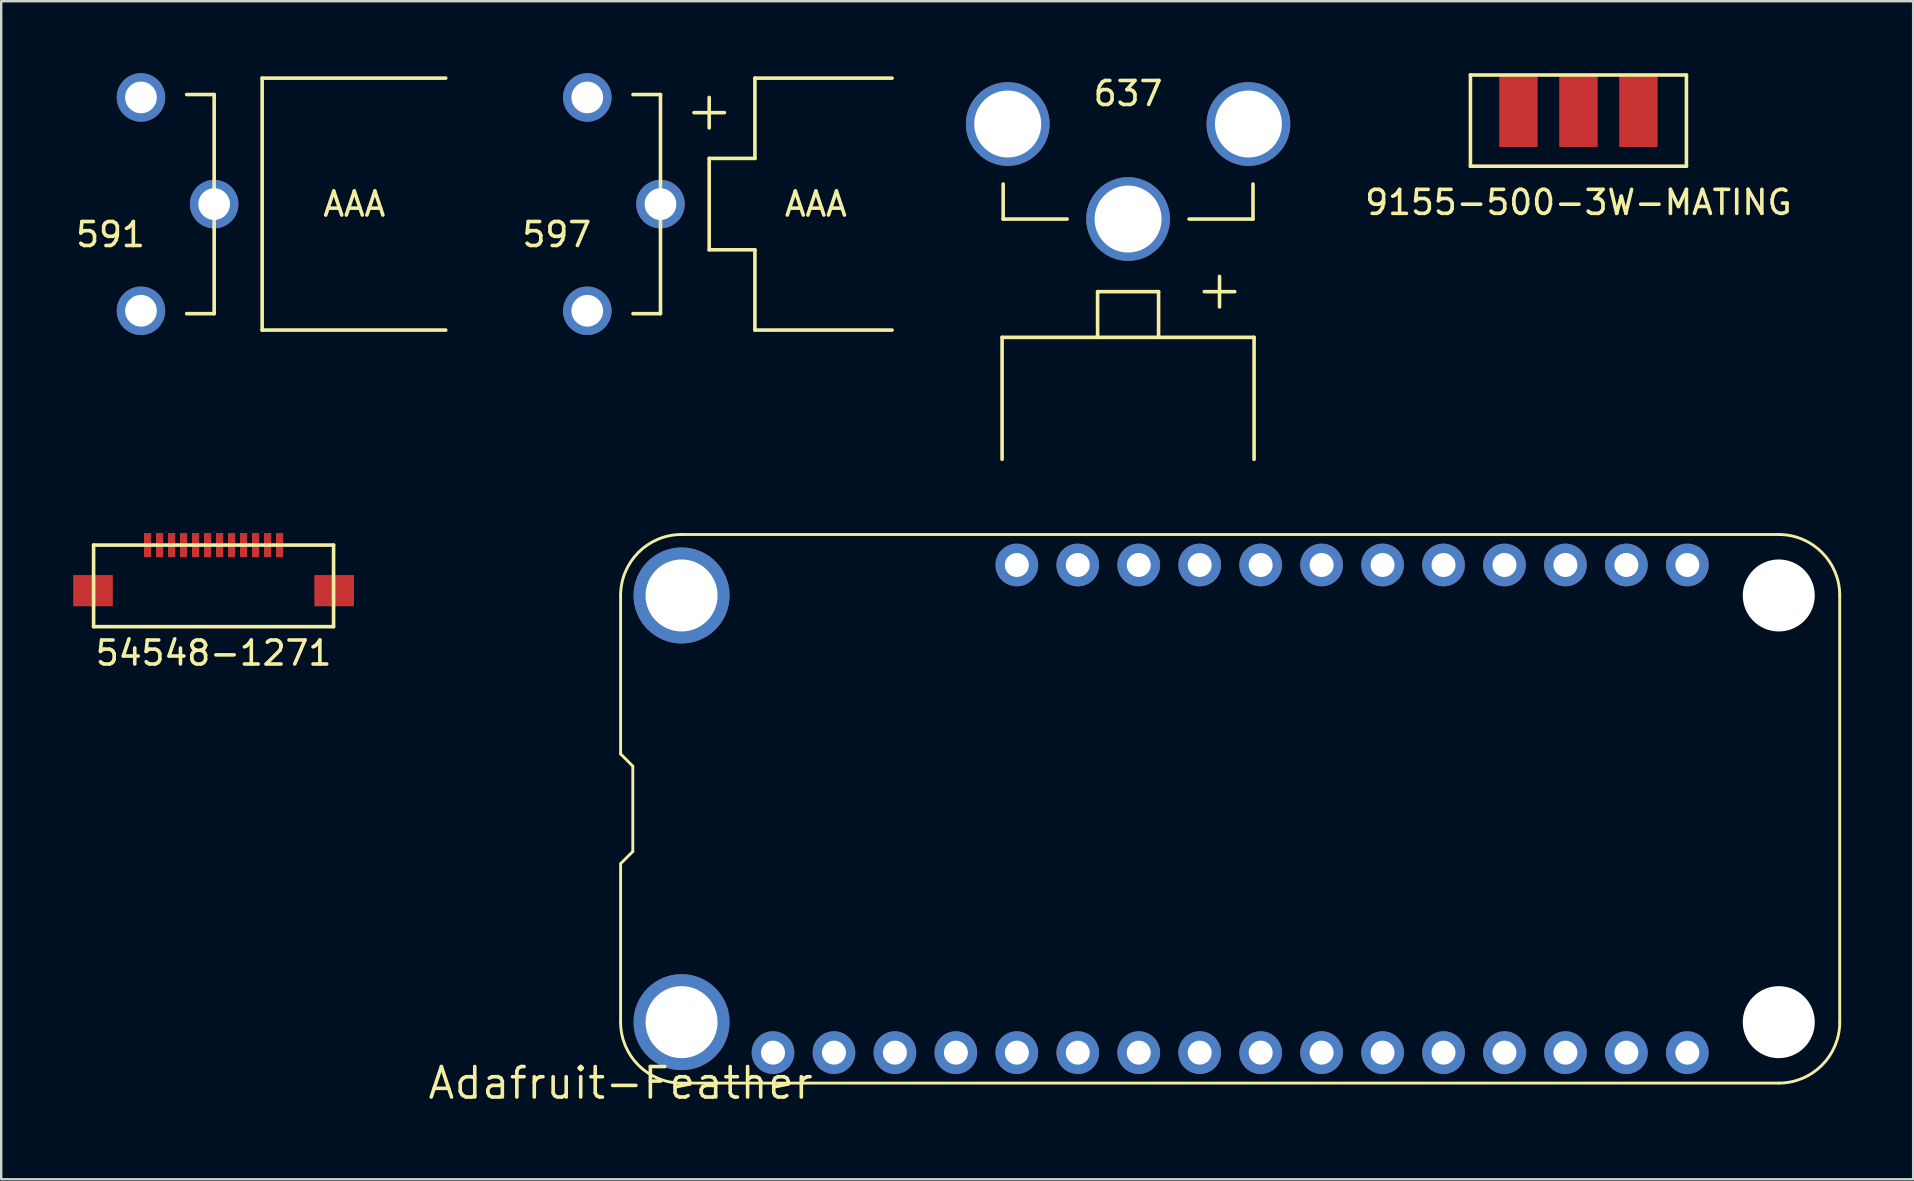
<source format=kicad_pcb>
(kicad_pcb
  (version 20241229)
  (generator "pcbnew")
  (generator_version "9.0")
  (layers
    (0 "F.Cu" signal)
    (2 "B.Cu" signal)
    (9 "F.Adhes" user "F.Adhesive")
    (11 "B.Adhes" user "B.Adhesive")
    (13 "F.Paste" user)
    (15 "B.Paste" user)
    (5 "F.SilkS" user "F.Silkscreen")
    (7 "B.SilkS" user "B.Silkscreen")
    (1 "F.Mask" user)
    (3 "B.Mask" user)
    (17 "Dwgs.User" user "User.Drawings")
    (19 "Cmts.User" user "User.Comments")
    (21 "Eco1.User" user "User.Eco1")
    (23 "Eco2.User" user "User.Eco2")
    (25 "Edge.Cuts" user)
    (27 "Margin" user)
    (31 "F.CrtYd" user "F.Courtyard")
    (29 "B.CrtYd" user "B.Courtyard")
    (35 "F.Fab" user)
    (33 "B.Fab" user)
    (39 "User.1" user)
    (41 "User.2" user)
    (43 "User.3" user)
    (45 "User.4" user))
  (footprint "54548-1271"
    (layer "F.Cu")
    (at 5.85 19.663)
    (property "Reference" "54548-1271" (at 0 4.5 0) (layer "F.SilkS") (effects (font (size 1 1) (thickness 0.15))))
    (attr through_hole)
    (fp_line (start -5 0) (end 5 0) (stroke (width 0.15) (type solid)) (layer "F.SilkS"))
    (fp_line (start -5 3.4) (end -5 0) (stroke (width 0.15) (type solid)) (layer "F.SilkS"))
    (fp_line (start 5 0) (end 5 3.4) (stroke (width 0.15) (type solid)) (layer "F.SilkS"))
    (fp_line (start 5 3.4) (end -5 3.4) (stroke (width 0.15) (type solid)) (layer "F.SilkS"))
    (pad "" smd rect (at -5.025 1.9) (size 1.65 1.3) (layers "F.Cu" "F.Mask" "F.Paste"))
    (pad "" smd rect (at 5.025 1.9) (size 1.65 1.3) (layers "F.Cu" "F.Mask" "F.Paste"))
    (pad "1" smd rect (at -2.75 0) (size 0.3 1) (layers "F.Cu" "F.Mask" "F.Paste"))
    (pad "2" smd rect (at -2.25 0) (size 0.3 1) (layers "F.Cu" "F.Mask" "F.Paste"))
    (pad "3" smd rect (at -1.75 0) (size 0.3 1) (layers "F.Cu" "F.Mask" "F.Paste"))
    (pad "4" smd rect (at -1.25 0) (size 0.3 1) (layers "F.Cu" "F.Mask" "F.Paste"))
    (pad "5" smd rect (at -0.75 0) (size 0.3 1) (layers "F.Cu" "F.Mask" "F.Paste"))
    (pad "6" smd rect (at -0.25 0) (size 0.3 1) (layers "F.Cu" "F.Mask" "F.Paste"))
    (pad "7" smd rect (at 0.25 0) (size 0.3 1) (layers "F.Cu" "F.Mask" "F.Paste"))
    (pad "8" smd rect (at 0.75 0) (size 0.3 1) (layers "F.Cu" "F.Mask" "F.Paste"))
    (pad "9" smd rect (at 1.25 0) (size 0.3 1) (layers "F.Cu" "F.Mask" "F.Paste"))
    (pad "10" smd rect (at 1.75 0) (size 0.3 1) (layers "F.Cu" "F.Mask" "F.Paste"))
    (pad "11" smd rect (at 2.25 0) (size 0.3 1) (layers "F.Cu" "F.Mask" "F.Paste"))
    (pad "12" smd rect (at 2.75 0) (size 0.3 1) (layers "F.Cu" "F.Mask" "F.Paste")))
  (footprint "637"
    (layer "F.Cu")
    (at 43.957 2.118)
    (property "Reference" "637" (at 0 -1.27 0) (layer "F.SilkS") (effects (font (size 1 1) (thickness 0.15))))
    (attr through_hole)
    (fp_line (start -5.25 8.89) (end -5.25 13.97) (stroke (width 0.15) (type solid)) (layer "F.SilkS"))
    (fp_line (start -5.25 8.89) (end 5.25 8.89) (stroke (width 0.15) (type solid)) (layer "F.SilkS"))
    (fp_line (start -5.205 3.96) (end -5.205 2.5) (stroke (width 0.15) (type solid)) (layer "F.SilkS"))
    (fp_line (start -5.205 3.96) (end -2.54 3.96) (stroke (width 0.15) (type solid)) (layer "F.SilkS"))
    (fp_line (start -1.27 6.985) (end -1.27 8.89) (stroke (width 0.15) (type solid)) (layer "F.SilkS"))
    (fp_line (start -1.27 6.985) (end 1.27 6.985) (stroke (width 0.15) (type solid)) (layer "F.SilkS"))
    (fp_line (start 1.27 6.985) (end 1.27 8.89) (stroke (width 0.15) (type solid)) (layer "F.SilkS"))
    (fp_line (start 3.175 6.985) (end 4.445 6.985) (stroke (width 0.15) (type solid)) (layer "F.SilkS"))
    (fp_line (start 3.81 7.62) (end 3.81 6.35) (stroke (width 0.15) (type solid)) (layer "F.SilkS"))
    (fp_line (start 5.205 3.96) (end 2.54 3.96) (stroke (width 0.15) (type solid)) (layer "F.SilkS"))
    (fp_line (start 5.205 3.96) (end 5.205 2.5) (stroke (width 0.15) (type solid)) (layer "F.SilkS"))
    (fp_line (start 5.25 8.89) (end 5.25 13.97) (stroke (width 0.15) (type solid)) (layer "F.SilkS"))
    (pad "1" thru_hole circle (at -5.015 0) (size 3.49 3.49) (drill 2.79) (layers "*.Cu" "*.Mask"))
    (pad "1" thru_hole circle (at 0 3.96) (size 3.49 3.49) (drill 2.79) (layers "*.Cu" "*.Mask"))
    (pad "1" thru_hole circle (at 5.015 0) (size 3.49 3.49) (drill 2.79) (layers "*.Cu" "*.Mask")))
  (footprint "597"
    (layer "F.Cu")
    (at 21.422 5.455)
    (property "Reference" "597" (at -1.27 1.27 0) (layer "F.SilkS") (effects (font (size 1 1) (thickness 0.15))))
    (attr through_hole)
    (fp_line (start 3.05 -4.565) (end 1.905 -4.565) (stroke (width 0.15) (type solid)) (layer "F.SilkS"))
    (fp_line (start 3.05 -4.565) (end 3.05 4.565) (stroke (width 0.15) (type solid)) (layer "F.SilkS"))
    (fp_line (start 3.05 4.565) (end 1.905 4.565) (stroke (width 0.15) (type solid)) (layer "F.SilkS"))
    (fp_line (start 4.445 -3.81) (end 5.715 -3.81) (stroke (width 0.15) (type solid)) (layer "F.SilkS"))
    (fp_line (start 5.08 -4.445) (end 5.08 -3.175) (stroke (width 0.15) (type solid)) (layer "F.SilkS"))
    (fp_line (start 5.08 -1.905) (end 5.08 1.905) (stroke (width 0.15) (type solid)) (layer "F.SilkS"))
    (fp_line (start 5.08 -1.905) (end 6.985 -1.905) (stroke (width 0.15) (type solid)) (layer "F.SilkS"))
    (fp_line (start 5.08 1.905) (end 6.985 1.905) (stroke (width 0.15) (type solid)) (layer "F.SilkS"))
    (fp_line (start 6.985 -5.25) (end 12.7 -5.25) (stroke (width 0.15) (type solid)) (layer "F.SilkS"))
    (fp_line (start 6.985 -1.905) (end 6.985 -5.25) (stroke (width 0.15) (type solid)) (layer "F.SilkS"))
    (fp_line (start 6.985 1.905) (end 6.985 5.25) (stroke (width 0.15) (type solid)) (layer "F.SilkS"))
    (fp_line (start 6.985 5.25) (end 12.7 5.25) (stroke (width 0.15) (type solid)) (layer "F.SilkS"))
    (fp_text user "AAA" (at 9.525 0 0) (layer "F.SilkS") (effects (font (size 1 1) (thickness 0.15))))
    (pad "1" thru_hole circle (at 0 -4.445) (size 2.02 2.02) (drill 1.32) (layers "*.Cu" "*.Mask"))
    (pad "1" thru_hole circle (at 0 4.445) (size 2.02 2.02) (drill 1.32) (layers "*.Cu" "*.Mask"))
    (pad "1" thru_hole circle (at 3.05 0) (size 2.02 2.02) (drill 1.32) (layers "*.Cu" "*.Mask")))
  (footprint "Adafruit-Feather"
    (layer "F.Cu")
    (at 22.811 42.083)
    (property "Reference" "Adafruit-Feather" (at 0 0 0) (layer "F.SilkS") (effects (font (size 1.27 1.27) (thickness 0.15))))
    (attr through_hole)
    (fp_line (start 0 -20.32) (end 0 -13.716) (stroke (width 0.12) (type solid)) (layer "F.SilkS"))
    (fp_line (start 0 -13.716) (end 0.508 -13.208) (stroke (width 0.12) (type solid)) (layer "F.SilkS"))
    (fp_line (start 0 -9.144) (end 0 -2.54) (stroke (width 0.12) (type solid)) (layer "F.SilkS"))
    (fp_line (start 0.508 -13.208) (end 0.508 -9.652) (stroke (width 0.12) (type solid)) (layer "F.SilkS"))
    (fp_line (start 0.508 -9.652) (end 0 -9.144) (stroke (width 0.12) (type solid)) (layer "F.SilkS"))
    (fp_line (start 2.54 0) (end 48.26 0) (stroke (width 0.12) (type solid)) (layer "F.SilkS"))
    (fp_line (start 48.26 -22.86) (end 2.54 -22.86) (stroke (width 0.12) (type solid)) (layer "F.SilkS"))
    (fp_line (start 50.8 -2.54) (end 50.8 -20.32) (stroke (width 0.12) (type solid)) (layer "F.SilkS"))
    (fp_arc (start 0 -20.32) (mid 0.743949 -22.116051) (end 2.54 -22.86) (stroke (width 0.12) (type solid)) (layer "F.SilkS"))
    (fp_arc (start 2.54 0) (mid 0.743949 -0.743949) (end 0 -2.54) (stroke (width 0.12) (type solid)) (layer "F.SilkS"))
    (fp_arc (start 48.26 -22.86) (mid 50.056051 -22.116051) (end 50.8 -20.32) (stroke (width 0.12) (type solid)) (layer "F.SilkS"))
    (fp_arc (start 50.8 -2.54) (mid 50.056051 -0.743949) (end 48.26 0) (stroke (width 0.12) (type solid)) (layer "F.SilkS"))
    (pad "" np_thru_hole circle (at 48.26 -20.32) (size 3 3) (drill 3) (layers "*.Cu" "*.Mask"))
    (pad "" np_thru_hole circle (at 48.26 -2.54) (size 3 3) (drill 3) (layers "*.Cu" "*.Mask"))
    (pad "1" thru_hole circle (at 6.35 -1.27) (size 1.778 1.778) (drill 1) (layers "*.Cu" "*.Mask"))
    (pad "2" thru_hole circle (at 8.89 -1.27) (size 1.778 1.778) (drill 1) (layers "*.Cu" "*.Mask"))
    (pad "3" thru_hole circle (at 11.43 -1.27) (size 1.778 1.778) (drill 1) (layers "*.Cu" "*.Mask"))
    (pad "4" thru_hole circle (at 13.97 -1.27) (size 1.778 1.778) (drill 1) (layers "*.Cu" "*.Mask"))
    (pad "5" thru_hole circle (at 16.51 -1.27) (size 1.778 1.778) (drill 1) (layers "*.Cu" "*.Mask"))
    (pad "6" thru_hole circle (at 19.05 -1.27) (size 1.778 1.778) (drill 1) (layers "*.Cu" "*.Mask"))
    (pad "7" thru_hole circle (at 21.59 -1.27) (size 1.778 1.778) (drill 1) (layers "*.Cu" "*.Mask"))
    (pad "8" thru_hole circle (at 24.13 -1.27) (size 1.778 1.778) (drill 1) (layers "*.Cu" "*.Mask"))
    (pad "9" thru_hole circle (at 26.67 -1.27) (size 1.778 1.778) (drill 1) (layers "*.Cu" "*.Mask"))
    (pad "10" thru_hole circle (at 29.21 -1.27) (size 1.778 1.778) (drill 1) (layers "*.Cu" "*.Mask"))
    (pad "11" thru_hole circle (at 31.75 -1.27) (size 1.778 1.778) (drill 1) (layers "*.Cu" "*.Mask"))
    (pad "12" thru_hole circle (at 34.29 -1.27) (size 1.778 1.778) (drill 1) (layers "*.Cu" "*.Mask"))
    (pad "13" thru_hole circle (at 36.83 -1.27) (size 1.778 1.778) (drill 1) (layers "*.Cu" "*.Mask"))
    (pad "14" thru_hole circle (at 39.37 -1.27) (size 1.778 1.778) (drill 1) (layers "*.Cu" "*.Mask"))
    (pad "15" thru_hole circle (at 41.91 -1.27) (size 1.778 1.778) (drill 1) (layers "*.Cu" "*.Mask"))
    (pad "16" thru_hole circle (at 44.45 -1.27) (size 1.778 1.778) (drill 1) (layers "*.Cu" "*.Mask"))
    (pad "17" thru_hole circle (at 44.45 -21.59) (size 1.778 1.778) (drill 1) (layers "*.Cu" "*.Mask"))
    (pad "18" thru_hole circle (at 41.91 -21.59) (size 1.778 1.778) (drill 1) (layers "*.Cu" "*.Mask"))
    (pad "19" thru_hole circle (at 39.37 -21.59) (size 1.778 1.778) (drill 1) (layers "*.Cu" "*.Mask"))
    (pad "20" thru_hole circle (at 36.83 -21.59) (size 1.778 1.778) (drill 1) (layers "*.Cu" "*.Mask"))
    (pad "21" thru_hole circle (at 34.29 -21.59) (size 1.778 1.778) (drill 1) (layers "*.Cu" "*.Mask"))
    (pad "22" thru_hole circle (at 31.75 -21.59) (size 1.778 1.778) (drill 1) (layers "*.Cu" "*.Mask"))
    (pad "23" thru_hole circle (at 29.21 -21.59) (size 1.778 1.778) (drill 1) (layers "*.Cu" "*.Mask"))
    (pad "24" thru_hole circle (at 26.67 -21.59) (size 1.778 1.778) (drill 1) (layers "*.Cu" "*.Mask"))
    (pad "25" thru_hole circle (at 24.13 -21.59) (size 1.778 1.778) (drill 1) (layers "*.Cu" "*.Mask"))
    (pad "26" thru_hole circle (at 21.59 -21.59) (size 1.778 1.778) (drill 1) (layers "*.Cu" "*.Mask"))
    (pad "27" thru_hole circle (at 19.05 -21.59) (size 1.778 1.778) (drill 1) (layers "*.Cu" "*.Mask"))
    (pad "28" thru_hole circle (at 16.51 -21.59) (size 1.778 1.778) (drill 1) (layers "*.Cu" "*.Mask"))
    (pad "P$1" thru_hole circle (at 2.54 -20.32) (size 4 4) (drill 3) (layers "*.Cu" "*.Mask"))
    (pad "P$2" thru_hole circle (at 2.54 -2.54) (size 4 4) (drill 3) (layers "*.Cu" "*.Mask")))
  (footprint "9155-500-3W-MATING"
    (layer "F.Cu")
    (at 62.723 1.575)
    (property "Reference" "9155-500-3W-MATING" (at 0 3.81 0) (layer "F.SilkS") (effects (font (size 1 1) (thickness 0.15))))
    (attr through_hole)
    (fp_line (start -4.5 -1.5) (end 4.5 -1.5) (stroke (width 0.15) (type solid)) (layer "F.SilkS"))
    (fp_line (start -4.5 2.3) (end -4.5 -1.5) (stroke (width 0.15) (type solid)) (layer "F.SilkS"))
    (fp_line (start 4.5 -1.5) (end 4.5 2.3) (stroke (width 0.15) (type solid)) (layer "F.SilkS"))
    (fp_line (start 4.5 2.3) (end -4.5 2.3) (stroke (width 0.15) (type solid)) (layer "F.SilkS"))
    (pad "1" smd rect (at -2.5 0) (size 1.6 3) (layers "F.Cu" "F.Mask" "F.Paste"))
    (pad "2" smd rect (at 0 0) (size 1.6 3) (layers "F.Cu" "F.Mask" "F.Paste"))
    (pad "3" smd rect (at 2.5 0) (size 1.6 3) (layers "F.Cu" "F.Mask" "F.Paste")))
  (footprint "591"
    (layer "F.Cu")
    (at 2.824 5.455)
    (property "Reference" "591" (at -1.27 1.27 0) (layer "F.SilkS") (effects (font (size 1 1) (thickness 0.15))))
    (attr through_hole)
    (fp_line (start 3.05 -4.565) (end 1.905 -4.565) (stroke (width 0.15) (type solid)) (layer "F.SilkS"))
    (fp_line (start 3.05 -4.565) (end 3.05 4.565) (stroke (width 0.15) (type solid)) (layer "F.SilkS"))
    (fp_line (start 3.05 4.565) (end 1.905 4.565) (stroke (width 0.15) (type solid)) (layer "F.SilkS"))
    (fp_line (start 5.05 -5.25) (end 5.05 5.25) (stroke (width 0.15) (type solid)) (layer "F.SilkS"))
    (fp_line (start 5.05 -5.25) (end 12.7 -5.25) (stroke (width 0.15) (type solid)) (layer "F.SilkS"))
    (fp_line (start 5.05 5.25) (end 12.7 5.25) (stroke (width 0.15) (type solid)) (layer "F.SilkS"))
    (fp_text user "AAA" (at 8.89 0 0) (layer "F.SilkS") (effects (font (size 1 1) (thickness 0.15))))
    (pad "1" thru_hole circle (at 0 -4.445) (size 2.02 2.02) (drill 1.32) (layers "*.Cu" "*.Mask"))
    (pad "1" thru_hole circle (at 0 4.445) (size 2.02 2.02) (drill 1.32) (layers "*.Cu" "*.Mask"))
    (pad "1" thru_hole circle (at 3.05 0) (size 2.02 2.02) (drill 1.32) (layers "*.Cu" "*.Mask")))
  (gr_rect
    (start -3 -3)
    (end 76.671 46.089)
    (stroke (width 0.1) (type default))
    (fill no)
    (layer "Edge.Cuts")))
</source>
